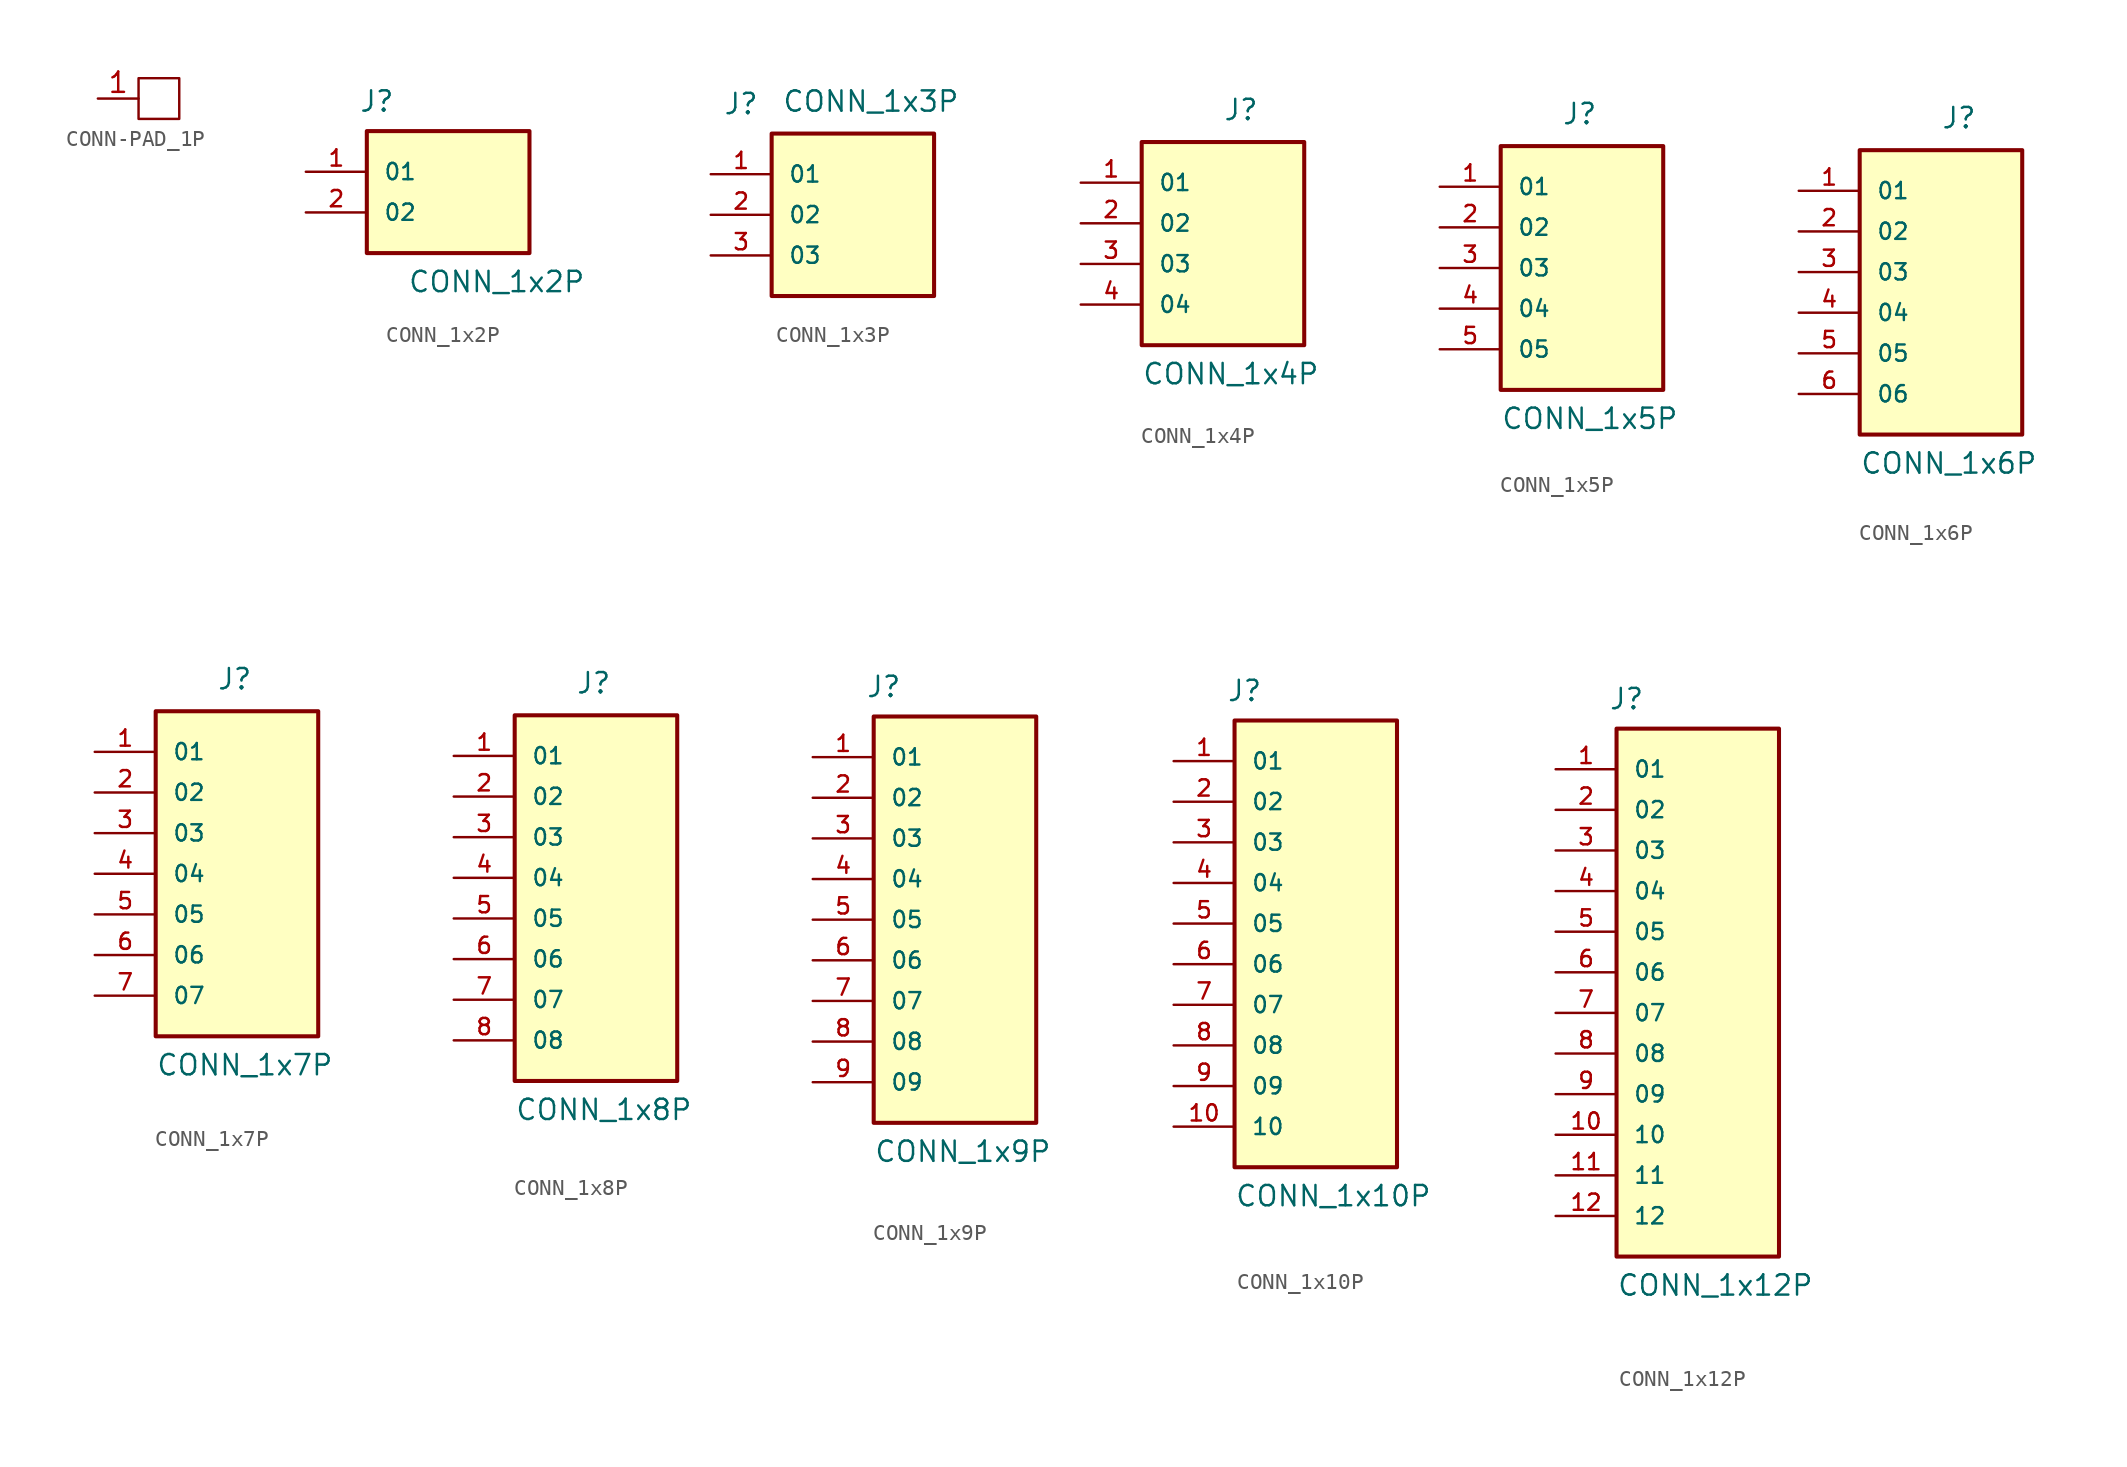
<source format=kicad_sym>
(kicad_symbol_lib
  (version 20241209)
  (generator "kicad_symbol_editor")
  (generator_version "9.0")
  (symbol "CONN-PAD_1P"
    (property "Reference" "U"
      (at 0 2.032 0)
      (effects (font (size 1.27 1.27)) (hide yes)))
    (property "Value" ""
      (at 0 0 0)
      (effects (font (size 1.27 1.27))))
    (symbol "CONN-PAD_1P_0_1"
      (rectangle (start -1.27 1.27) (end 1.27 -1.27) (stroke (width 0) (type default)) (fill (type none))))
    (symbol "CONN-PAD_1P_1_1"
      (pin passive line (at -3.81 0 0) (length 2.54) (name "" (effects (font (size 1.27 1.27)))) (number "1" (effects (font (size 1.27 1.27)))))))
  (symbol "CONN_1x2P"
    (pin_names
      (offset 1.016))
    (property "Reference" "J"
      (at -5.58 6.196 0)
      (effects (font (size 1.27 1.27)) (justify left bottom)))
    (property "Value" "CONN_1x2P"
      (at -2.54 -5.08 0)
      (effects (font (size 1.27 1.27)) (justify left bottom)))
    (symbol "CONN_1x2P_0_0"
      (rectangle (start -5.08 5.08) (end 5.08 -2.54) (stroke (width 0.254) (type default)) (fill (type background)))
      (pin passive line (at -8.89 2.54 0) (length 3.81) (name "01" (effects (font (size 1.016 1.016)))) (number "1" (effects (font (size 1.016 1.016)))))
      (pin passive line (at -8.89 0 0) (length 3.81) (name "02" (effects (font (size 1.016 1.016)))) (number "2" (effects (font (size 1.016 1.016)))))))
  (symbol "CONN_1x3P"
    (pin_names
      (offset 1.016))
    (property "Reference" "J"
      (at -8.12 6.196 0)
      (effects (font (size 1.27 1.27)) (justify left bottom)))
    (property "Value" "CONN_1x3P"
      (at -4.445 6.35 0)
      (effects (font (size 1.27 1.27)) (justify left bottom)))
    (symbol "CONN_1x3P_0_0"
      (rectangle (start -5.08 5.08) (end 5.08 -5.08) (stroke (width 0.254) (type default)) (fill (type background)))
      (pin passive line (at -8.89 2.54 0) (length 3.81) (name "01" (effects (font (size 1.016 1.016)))) (number "1" (effects (font (size 1.016 1.016)))))
      (pin passive line (at -8.89 0 0) (length 3.81) (name "02" (effects (font (size 1.016 1.016)))) (number "2" (effects (font (size 1.016 1.016)))))
      (pin passive line (at -8.89 -2.54 0) (length 3.81) (name "03" (effects (font (size 1.016 1.016)))) (number "3" (effects (font (size 1.016 1.016)))))))
  (symbol "CONN_1x4P"
    (pin_names
      (offset 1.016))
    (property "Reference" "J"
      (at 0 6.35 0)
      (effects (font (size 1.27 1.27)) (justify left bottom)))
    (property "Value" "CONN_1x4P"
      (at -5.08 -10.16 0)
      (effects (font (size 1.27 1.27)) (justify left bottom)))
    (symbol "CONN_1x4P_0_0"
      (rectangle (start -5.08 5.08) (end 5.08 -7.62) (stroke (width 0.254) (type default)) (fill (type background)))
      (pin passive line (at -8.89 2.54 0) (length 3.81) (name "01" (effects (font (size 1.016 1.016)))) (number "1" (effects (font (size 1.016 1.016)))))
      (pin passive line (at -8.89 0 0) (length 3.81) (name "02" (effects (font (size 1.016 1.016)))) (number "2" (effects (font (size 1.016 1.016)))))
      (pin passive line (at -8.89 -2.54 0) (length 3.81) (name "03" (effects (font (size 1.016 1.016)))) (number "3" (effects (font (size 1.016 1.016)))))
      (pin passive line (at -8.89 -5.08 0) (length 3.81) (name "04" (effects (font (size 1.016 1.016)))) (number "4" (effects (font (size 1.016 1.016)))))))
  (symbol "CONN_1x5P"
    (pin_names
      (offset 1.016))
    (property "Reference" "J"
      (at -1.27 8.89 0)
      (effects (font (size 1.27 1.27)) (justify left bottom)))
    (property "Value" "CONN_1x5P"
      (at -5.08 -10.16 0)
      (effects (font (size 1.27 1.27)) (justify left bottom)))
    (symbol "CONN_1x5P_0_0"
      (rectangle (start -5.08 7.62) (end 5.08 -7.62) (stroke (width 0.254) (type default)) (fill (type background)))
      (pin passive line (at -8.89 5.08 0) (length 3.81) (name "01" (effects (font (size 1.016 1.016)))) (number "1" (effects (font (size 1.016 1.016)))))
      (pin passive line (at -8.89 2.54 0) (length 3.81) (name "02" (effects (font (size 1.016 1.016)))) (number "2" (effects (font (size 1.016 1.016)))))
      (pin passive line (at -8.89 0 0) (length 3.81) (name "03" (effects (font (size 1.016 1.016)))) (number "3" (effects (font (size 1.016 1.016)))))
      (pin passive line (at -8.89 -2.54 0) (length 3.81) (name "04" (effects (font (size 1.016 1.016)))) (number "4" (effects (font (size 1.016 1.016)))))
      (pin passive line (at -8.89 -5.08 0) (length 3.81) (name "05" (effects (font (size 1.016 1.016)))) (number "5" (effects (font (size 1.016 1.016)))))))
  (symbol "CONN_1x6P"
    (pin_names
      (offset 1.016))
    (property "Reference" "J"
      (at 0 8.89 0)
      (effects (font (size 1.27 1.27)) (justify left bottom)))
    (property "Value" "CONN_1x6P"
      (at -5.08 -12.7 0)
      (effects (font (size 1.27 1.27)) (justify left bottom)))
    (symbol "CONN_1x6P_0_0"
      (rectangle (start -5.08 7.62) (end 5.08 -10.16) (stroke (width 0.254) (type default)) (fill (type background)))
      (pin passive line (at -8.89 5.08 0) (length 3.81) (name "01" (effects (font (size 1.016 1.016)))) (number "1" (effects (font (size 1.016 1.016)))))
      (pin passive line (at -8.89 2.54 0) (length 3.81) (name "02" (effects (font (size 1.016 1.016)))) (number "2" (effects (font (size 1.016 1.016)))))
      (pin passive line (at -8.89 0 0) (length 3.81) (name "03" (effects (font (size 1.016 1.016)))) (number "3" (effects (font (size 1.016 1.016)))))
      (pin passive line (at -8.89 -2.54 0) (length 3.81) (name "04" (effects (font (size 1.016 1.016)))) (number "4" (effects (font (size 1.016 1.016)))))
      (pin passive line (at -8.89 -5.08 0) (length 3.81) (name "05" (effects (font (size 1.016 1.016)))) (number "5" (effects (font (size 1.016 1.016)))))
      (pin passive line (at -8.89 -7.62 0) (length 3.81) (name "06" (effects (font (size 1.016 1.016)))) (number "6" (effects (font (size 1.016 1.016)))))))
  (symbol "CONN_1x7P"
    (pin_names
      (offset 1.016))
    (property "Reference" "J"
      (at -1.27 11.43 0)
      (effects (font (size 1.27 1.27)) (justify left bottom)))
    (property "Value" "CONN_1x7P"
      (at -5.08 -12.7 0)
      (effects (font (size 1.27 1.27)) (justify left bottom)))
    (symbol "CONN_1x7P_0_0"
      (rectangle (start -5.08 10.16) (end 5.08 -10.16) (stroke (width 0.254) (type default)) (fill (type background)))
      (pin passive line (at -8.89 7.62 0) (length 3.81) (name "01" (effects (font (size 1.016 1.016)))) (number "1" (effects (font (size 1.016 1.016)))))
      (pin passive line (at -8.89 5.08 0) (length 3.81) (name "02" (effects (font (size 1.016 1.016)))) (number "2" (effects (font (size 1.016 1.016)))))
      (pin passive line (at -8.89 2.54 0) (length 3.81) (name "03" (effects (font (size 1.016 1.016)))) (number "3" (effects (font (size 1.016 1.016)))))
      (pin passive line (at -8.89 0 0) (length 3.81) (name "04" (effects (font (size 1.016 1.016)))) (number "4" (effects (font (size 1.016 1.016)))))
      (pin passive line (at -8.89 -2.54 0) (length 3.81) (name "05" (effects (font (size 1.016 1.016)))) (number "5" (effects (font (size 1.016 1.016)))))
      (pin passive line (at -8.89 -5.08 0) (length 3.81) (name "06" (effects (font (size 1.016 1.016)))) (number "6" (effects (font (size 1.016 1.016)))))
      (pin passive line (at -8.89 -7.62 0) (length 3.81) (name "07" (effects (font (size 1.016 1.016)))) (number "7" (effects (font (size 1.016 1.016)))))))
  (symbol "CONN_1x8P"
    (pin_names
      (offset 1.016))
    (property "Reference" "J"
      (at -1.27 11.43 0)
      (effects (font (size 1.27 1.27)) (justify left bottom)))
    (property "Value" "CONN_1x8P"
      (at -5.08 -15.24 0)
      (effects (font (size 1.27 1.27)) (justify left bottom)))
    (symbol "CONN_1x8P_0_0"
      (rectangle (start -5.08 10.16) (end 5.08 -12.7) (stroke (width 0.254) (type default)) (fill (type background)))
      (pin passive line (at -8.89 7.62 0) (length 3.81) (name "01" (effects (font (size 1.016 1.016)))) (number "1" (effects (font (size 1.016 1.016)))))
      (pin passive line (at -8.89 5.08 0) (length 3.81) (name "02" (effects (font (size 1.016 1.016)))) (number "2" (effects (font (size 1.016 1.016)))))
      (pin passive line (at -8.89 2.54 0) (length 3.81) (name "03" (effects (font (size 1.016 1.016)))) (number "3" (effects (font (size 1.016 1.016)))))
      (pin passive line (at -8.89 0 0) (length 3.81) (name "04" (effects (font (size 1.016 1.016)))) (number "4" (effects (font (size 1.016 1.016)))))
      (pin passive line (at -8.89 -2.54 0) (length 3.81) (name "05" (effects (font (size 1.016 1.016)))) (number "5" (effects (font (size 1.016 1.016)))))
      (pin passive line (at -8.89 -5.08 0) (length 3.81) (name "06" (effects (font (size 1.016 1.016)))) (number "6" (effects (font (size 1.016 1.016)))))
      (pin passive line (at -8.89 -7.62 0) (length 3.81) (name "07" (effects (font (size 1.016 1.016)))) (number "7" (effects (font (size 1.016 1.016)))))
      (pin passive line (at -8.89 -10.16 0) (length 3.81) (name "08" (effects (font (size 1.016 1.016)))) (number "8" (effects (font (size 1.016 1.016)))))))
  (symbol "CONN_1x9P"
    (pin_names
      (offset 1.016))
    (property "Reference" "J"
      (at -5.58 13.816 0)
      (effects (font (size 1.27 1.27)) (justify left bottom)))
    (property "Value" "CONN_1x9P"
      (at -5.08 -15.24 0)
      (effects (font (size 1.27 1.27)) (justify left bottom)))
    (symbol "CONN_1x9P_0_0"
      (rectangle (start -5.08 12.7) (end 5.08 -12.7) (stroke (width 0.254) (type default)) (fill (type background)))
      (pin passive line (at -8.89 10.16 0) (length 3.81) (name "01" (effects (font (size 1.016 1.016)))) (number "1" (effects (font (size 1.016 1.016)))))
      (pin passive line (at -8.89 7.62 0) (length 3.81) (name "02" (effects (font (size 1.016 1.016)))) (number "2" (effects (font (size 1.016 1.016)))))
      (pin passive line (at -8.89 5.08 0) (length 3.81) (name "03" (effects (font (size 1.016 1.016)))) (number "3" (effects (font (size 1.016 1.016)))))
      (pin passive line (at -8.89 2.54 0) (length 3.81) (name "04" (effects (font (size 1.016 1.016)))) (number "4" (effects (font (size 1.016 1.016)))))
      (pin passive line (at -8.89 0 0) (length 3.81) (name "05" (effects (font (size 1.016 1.016)))) (number "5" (effects (font (size 1.016 1.016)))))
      (pin passive line (at -8.89 -2.54 0) (length 3.81) (name "06" (effects (font (size 1.016 1.016)))) (number "6" (effects (font (size 1.016 1.016)))))
      (pin passive line (at -8.89 -5.08 0) (length 3.81) (name "07" (effects (font (size 1.016 1.016)))) (number "7" (effects (font (size 1.016 1.016)))))
      (pin passive line (at -8.89 -7.62 0) (length 3.81) (name "08" (effects (font (size 1.016 1.016)))) (number "8" (effects (font (size 1.016 1.016)))))
      (pin passive line (at -8.89 -10.16 0) (length 3.81) (name "09" (effects (font (size 1.016 1.016)))) (number "9" (effects (font (size 1.016 1.016)))))))
  (symbol "CONN_1x10P"
    (pin_names
      (offset 1.016))
    (property "Reference" "J"
      (at -5.58 13.816 0)
      (effects (font (size 1.27 1.27)) (justify left bottom)))
    (property "Value" "CONN_1x10P"
      (at -5.08 -17.78 0)
      (effects (font (size 1.27 1.27)) (justify left bottom)))
    (symbol "CONN_1x10P_0_0"
      (rectangle (start -5.08 12.7) (end 5.08 -15.24) (stroke (width 0.254) (type default)) (fill (type background)))
      (pin passive line (at -8.89 10.16 0) (length 3.81) (name "01" (effects (font (size 1.016 1.016)))) (number "1" (effects (font (size 1.016 1.016)))))
      (pin passive line (at -8.89 7.62 0) (length 3.81) (name "02" (effects (font (size 1.016 1.016)))) (number "2" (effects (font (size 1.016 1.016)))))
      (pin passive line (at -8.89 5.08 0) (length 3.81) (name "03" (effects (font (size 1.016 1.016)))) (number "3" (effects (font (size 1.016 1.016)))))
      (pin passive line (at -8.89 2.54 0) (length 3.81) (name "04" (effects (font (size 1.016 1.016)))) (number "4" (effects (font (size 1.016 1.016)))))
      (pin passive line (at -8.89 0 0) (length 3.81) (name "05" (effects (font (size 1.016 1.016)))) (number "5" (effects (font (size 1.016 1.016)))))
      (pin passive line (at -8.89 -2.54 0) (length 3.81) (name "06" (effects (font (size 1.016 1.016)))) (number "6" (effects (font (size 1.016 1.016)))))
      (pin passive line (at -8.89 -5.08 0) (length 3.81) (name "07" (effects (font (size 1.016 1.016)))) (number "7" (effects (font (size 1.016 1.016)))))
      (pin passive line (at -8.89 -7.62 0) (length 3.81) (name "08" (effects (font (size 1.016 1.016)))) (number "8" (effects (font (size 1.016 1.016)))))
      (pin passive line (at -8.89 -10.16 0) (length 3.81) (name "09" (effects (font (size 1.016 1.016)))) (number "9" (effects (font (size 1.016 1.016)))))
      (pin passive line (at -8.89 -12.7 0) (length 3.81) (name "10" (effects (font (size 1.016 1.016)))) (number "10" (effects (font (size 1.016 1.016)))))))
  (symbol "CONN_1x12P"
    (pin_names
      (offset 1.016))
    (property "Reference" "J"
      (at -5.58 16.356 0)
      (effects (font (size 1.27 1.27)) (justify left bottom)))
    (property "Value" "CONN_1x12P"
      (at -5.08 -20.32 0)
      (effects (font (size 1.27 1.27)) (justify left bottom)))
    (symbol "CONN_1x12P_0_0"
      (rectangle (start -5.08 15.24) (end 5.08 -17.78) (stroke (width 0.254) (type default)) (fill (type background)))
      (pin passive line (at -8.89 12.7 0) (length 3.81) (name "01" (effects (font (size 1.016 1.016)))) (number "1" (effects (font (size 1.016 1.016)))))
      (pin passive line (at -8.89 10.16 0) (length 3.81) (name "02" (effects (font (size 1.016 1.016)))) (number "2" (effects (font (size 1.016 1.016)))))
      (pin passive line (at -8.89 7.62 0) (length 3.81) (name "03" (effects (font (size 1.016 1.016)))) (number "3" (effects (font (size 1.016 1.016)))))
      (pin passive line (at -8.89 5.08 0) (length 3.81) (name "04" (effects (font (size 1.016 1.016)))) (number "4" (effects (font (size 1.016 1.016)))))
      (pin passive line (at -8.89 2.54 0) (length 3.81) (name "05" (effects (font (size 1.016 1.016)))) (number "5" (effects (font (size 1.016 1.016)))))
      (pin passive line (at -8.89 0 0) (length 3.81) (name "06" (effects (font (size 1.016 1.016)))) (number "6" (effects (font (size 1.016 1.016)))))
      (pin passive line (at -8.89 -2.54 0) (length 3.81) (name "07" (effects (font (size 1.016 1.016)))) (number "7" (effects (font (size 1.016 1.016)))))
      (pin passive line (at -8.89 -5.08 0) (length 3.81) (name "08" (effects (font (size 1.016 1.016)))) (number "8" (effects (font (size 1.016 1.016)))))
      (pin passive line (at -8.89 -7.62 0) (length 3.81) (name "09" (effects (font (size 1.016 1.016)))) (number "9" (effects (font (size 1.016 1.016)))))
      (pin passive line (at -8.89 -10.16 0) (length 3.81) (name "10" (effects (font (size 1.016 1.016)))) (number "10" (effects (font (size 1.016 1.016)))))
      (pin passive line (at -8.89 -12.7 0) (length 3.81) (name "11" (effects (font (size 1.016 1.016)))) (number "11" (effects (font (size 1.016 1.016)))))
      (pin passive line (at -8.89 -15.24 0) (length 3.81) (name "12" (effects (font (size 1.016 1.016)))) (number "12" (effects (font (size 1.016 1.016))))))))
</source>
